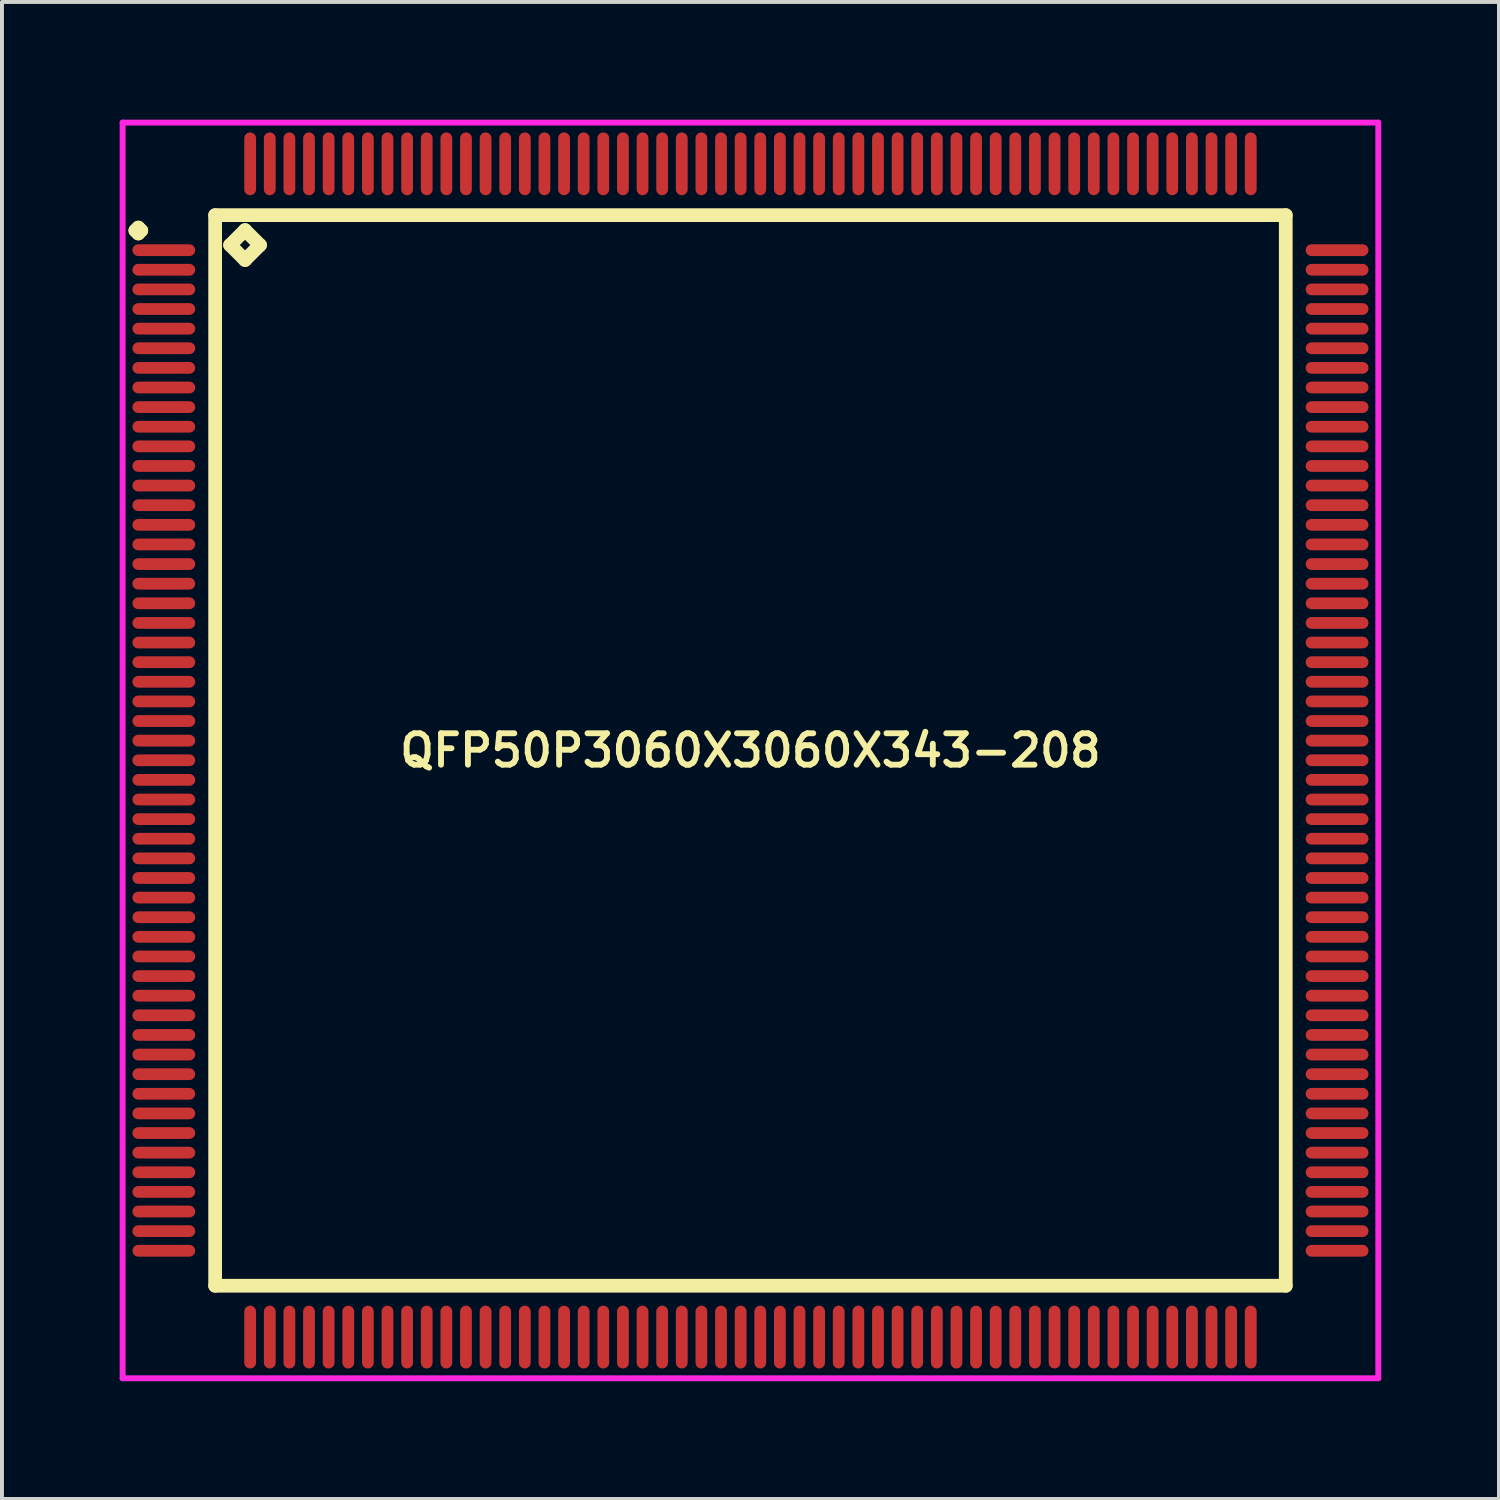
<source format=kicad_pcb>
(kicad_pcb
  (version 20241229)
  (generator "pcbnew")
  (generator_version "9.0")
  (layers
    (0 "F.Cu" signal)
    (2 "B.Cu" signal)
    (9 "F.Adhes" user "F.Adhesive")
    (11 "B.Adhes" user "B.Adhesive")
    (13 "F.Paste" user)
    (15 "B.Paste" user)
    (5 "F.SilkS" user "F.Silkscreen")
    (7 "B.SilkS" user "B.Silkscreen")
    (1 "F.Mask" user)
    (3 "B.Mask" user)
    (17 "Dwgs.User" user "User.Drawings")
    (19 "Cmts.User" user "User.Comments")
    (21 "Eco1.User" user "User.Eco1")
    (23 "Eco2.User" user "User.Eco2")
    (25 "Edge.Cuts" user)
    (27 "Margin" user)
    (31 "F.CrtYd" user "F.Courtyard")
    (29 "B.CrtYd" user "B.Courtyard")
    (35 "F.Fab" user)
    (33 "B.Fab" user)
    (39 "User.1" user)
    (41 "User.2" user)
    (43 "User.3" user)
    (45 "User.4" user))
  (footprint "QFP50P3060X3060X343-208"
    (layer "F.Cu")
    (at 16.075 16.075)
    (property "Reference" "QFP50P3060X3060X343-208" (at 0 0 0) (layer "F.SilkS") (effects (font (size 0.8 0.8) (thickness 0.15))))
    (attr smd)
    (fp_line (start -15.675 -13.25) (end -15.6 -13.325) (stroke (width 0.35) (type solid)) (layer "F.SilkS"))
    (fp_line (start -15.6 -13.325) (end -15.525 -13.25) (stroke (width 0.35) (type solid)) (layer "F.SilkS"))
    (fp_line (start -15.6 -13.175) (end -15.675 -13.25) (stroke (width 0.35) (type solid)) (layer "F.SilkS"))
    (fp_line (start -15.525 -13.25) (end -15.6 -13.175) (stroke (width 0.35) (type solid)) (layer "F.SilkS"))
    (fp_line (start -13.642 -13.642) (end -13.642 13.642) (stroke (width 0.35) (type solid)) (layer "F.SilkS"))
    (fp_line (start -13.642 13.642) (end 13.642 13.642) (stroke (width 0.35) (type solid)) (layer "F.SilkS"))
    (fp_line (start -13.261 -12.88) (end -12.88 -13.261) (stroke (width 0.35) (type solid)) (layer "F.SilkS"))
    (fp_line (start -12.88 -13.261) (end -12.499 -12.88) (stroke (width 0.35) (type solid)) (layer "F.SilkS"))
    (fp_line (start -12.88 -12.499) (end -13.261 -12.88) (stroke (width 0.35) (type solid)) (layer "F.SilkS"))
    (fp_line (start -12.499 -12.88) (end -12.88 -12.499) (stroke (width 0.35) (type solid)) (layer "F.SilkS"))
    (fp_line (start 13.642 -13.642) (end -13.642 -13.642) (stroke (width 0.35) (type solid)) (layer "F.SilkS"))
    (fp_line (start 13.642 13.642) (end 13.642 -13.642) (stroke (width 0.35) (type solid)) (layer "F.SilkS"))
    (fp_line (start -16 -16) (end 16 -16) (stroke (width 0.15) (type solid)) (layer "F.CrtYd"))
    (fp_line (start -16 16) (end -16 -16) (stroke (width 0.15) (type solid)) (layer "F.CrtYd"))
    (fp_line (start 16 -16) (end 16 16) (stroke (width 0.15) (type solid)) (layer "F.CrtYd"))
    (fp_line (start 16 16) (end -16 16) (stroke (width 0.15) (type solid)) (layer "F.CrtYd"))
    (pad "1" smd oval (at -14.95 -12.75) (size 1.6 0.3) (layers "F.Cu" "F.Mask" "F.Paste"))
    (pad "2" smd oval (at -14.95 -12.25) (size 1.6 0.3) (layers "F.Cu" "F.Mask" "F.Paste"))
    (pad "3" smd oval (at -14.95 -11.75) (size 1.6 0.3) (layers "F.Cu" "F.Mask" "F.Paste"))
    (pad "4" smd oval (at -14.95 -11.25) (size 1.6 0.3) (layers "F.Cu" "F.Mask" "F.Paste"))
    (pad "5" smd oval (at -14.95 -10.75) (size 1.6 0.3) (layers "F.Cu" "F.Mask" "F.Paste"))
    (pad "6" smd oval (at -14.95 -10.25) (size 1.6 0.3) (layers "F.Cu" "F.Mask" "F.Paste"))
    (pad "7" smd oval (at -14.95 -9.75) (size 1.6 0.3) (layers "F.Cu" "F.Mask" "F.Paste"))
    (pad "8" smd oval (at -14.95 -9.25) (size 1.6 0.3) (layers "F.Cu" "F.Mask" "F.Paste"))
    (pad "9" smd oval (at -14.95 -8.75) (size 1.6 0.3) (layers "F.Cu" "F.Mask" "F.Paste"))
    (pad "10" smd oval (at -14.95 -8.25) (size 1.6 0.3) (layers "F.Cu" "F.Mask" "F.Paste"))
    (pad "11" smd oval (at -14.95 -7.75) (size 1.6 0.3) (layers "F.Cu" "F.Mask" "F.Paste"))
    (pad "12" smd oval (at -14.95 -7.25) (size 1.6 0.3) (layers "F.Cu" "F.Mask" "F.Paste"))
    (pad "13" smd oval (at -14.95 -6.75) (size 1.6 0.3) (layers "F.Cu" "F.Mask" "F.Paste"))
    (pad "14" smd oval (at -14.95 -6.25) (size 1.6 0.3) (layers "F.Cu" "F.Mask" "F.Paste"))
    (pad "15" smd oval (at -14.95 -5.75) (size 1.6 0.3) (layers "F.Cu" "F.Mask" "F.Paste"))
    (pad "16" smd oval (at -14.95 -5.25) (size 1.6 0.3) (layers "F.Cu" "F.Mask" "F.Paste"))
    (pad "17" smd oval (at -14.95 -4.75) (size 1.6 0.3) (layers "F.Cu" "F.Mask" "F.Paste"))
    (pad "18" smd oval (at -14.95 -4.25) (size 1.6 0.3) (layers "F.Cu" "F.Mask" "F.Paste"))
    (pad "19" smd oval (at -14.95 -3.75) (size 1.6 0.3) (layers "F.Cu" "F.Mask" "F.Paste"))
    (pad "20" smd oval (at -14.95 -3.25) (size 1.6 0.3) (layers "F.Cu" "F.Mask" "F.Paste"))
    (pad "21" smd oval (at -14.95 -2.75) (size 1.6 0.3) (layers "F.Cu" "F.Mask" "F.Paste"))
    (pad "22" smd oval (at -14.95 -2.25) (size 1.6 0.3) (layers "F.Cu" "F.Mask" "F.Paste"))
    (pad "23" smd oval (at -14.95 -1.75) (size 1.6 0.3) (layers "F.Cu" "F.Mask" "F.Paste"))
    (pad "24" smd oval (at -14.95 -1.25) (size 1.6 0.3) (layers "F.Cu" "F.Mask" "F.Paste"))
    (pad "25" smd oval (at -14.95 -0.75) (size 1.6 0.3) (layers "F.Cu" "F.Mask" "F.Paste"))
    (pad "26" smd oval (at -14.95 -0.25) (size 1.6 0.3) (layers "F.Cu" "F.Mask" "F.Paste"))
    (pad "27" smd oval (at -14.95 0.25) (size 1.6 0.3) (layers "F.Cu" "F.Mask" "F.Paste"))
    (pad "28" smd oval (at -14.95 0.75) (size 1.6 0.3) (layers "F.Cu" "F.Mask" "F.Paste"))
    (pad "29" smd oval (at -14.95 1.25) (size 1.6 0.3) (layers "F.Cu" "F.Mask" "F.Paste"))
    (pad "30" smd oval (at -14.95 1.75) (size 1.6 0.3) (layers "F.Cu" "F.Mask" "F.Paste"))
    (pad "31" smd oval (at -14.95 2.25) (size 1.6 0.3) (layers "F.Cu" "F.Mask" "F.Paste"))
    (pad "32" smd oval (at -14.95 2.75) (size 1.6 0.3) (layers "F.Cu" "F.Mask" "F.Paste"))
    (pad "33" smd oval (at -14.95 3.25) (size 1.6 0.3) (layers "F.Cu" "F.Mask" "F.Paste"))
    (pad "34" smd oval (at -14.95 3.75) (size 1.6 0.3) (layers "F.Cu" "F.Mask" "F.Paste"))
    (pad "35" smd oval (at -14.95 4.25) (size 1.6 0.3) (layers "F.Cu" "F.Mask" "F.Paste"))
    (pad "36" smd oval (at -14.95 4.75) (size 1.6 0.3) (layers "F.Cu" "F.Mask" "F.Paste"))
    (pad "37" smd oval (at -14.95 5.25) (size 1.6 0.3) (layers "F.Cu" "F.Mask" "F.Paste"))
    (pad "38" smd oval (at -14.95 5.75) (size 1.6 0.3) (layers "F.Cu" "F.Mask" "F.Paste"))
    (pad "39" smd oval (at -14.95 6.25) (size 1.6 0.3) (layers "F.Cu" "F.Mask" "F.Paste"))
    (pad "40" smd oval (at -14.95 6.75) (size 1.6 0.3) (layers "F.Cu" "F.Mask" "F.Paste"))
    (pad "41" smd oval (at -14.95 7.25) (size 1.6 0.3) (layers "F.Cu" "F.Mask" "F.Paste"))
    (pad "42" smd oval (at -14.95 7.75) (size 1.6 0.3) (layers "F.Cu" "F.Mask" "F.Paste"))
    (pad "43" smd oval (at -14.95 8.25) (size 1.6 0.3) (layers "F.Cu" "F.Mask" "F.Paste"))
    (pad "44" smd oval (at -14.95 8.75) (size 1.6 0.3) (layers "F.Cu" "F.Mask" "F.Paste"))
    (pad "45" smd oval (at -14.95 9.25) (size 1.6 0.3) (layers "F.Cu" "F.Mask" "F.Paste"))
    (pad "46" smd oval (at -14.95 9.75) (size 1.6 0.3) (layers "F.Cu" "F.Mask" "F.Paste"))
    (pad "47" smd oval (at -14.95 10.25) (size 1.6 0.3) (layers "F.Cu" "F.Mask" "F.Paste"))
    (pad "48" smd oval (at -14.95 10.75) (size 1.6 0.3) (layers "F.Cu" "F.Mask" "F.Paste"))
    (pad "49" smd oval (at -14.95 11.25) (size 1.6 0.3) (layers "F.Cu" "F.Mask" "F.Paste"))
    (pad "50" smd oval (at -14.95 11.75) (size 1.6 0.3) (layers "F.Cu" "F.Mask" "F.Paste"))
    (pad "51" smd oval (at -14.95 12.25) (size 1.6 0.3) (layers "F.Cu" "F.Mask" "F.Paste"))
    (pad "52" smd oval (at -14.95 12.75) (size 1.6 0.3) (layers "F.Cu" "F.Mask" "F.Paste"))
    (pad "53" smd oval (at -12.75 14.95) (size 0.3 1.6) (layers "F.Cu" "F.Mask" "F.Paste"))
    (pad "54" smd oval (at -12.25 14.95) (size 0.3 1.6) (layers "F.Cu" "F.Mask" "F.Paste"))
    (pad "55" smd oval (at -11.75 14.95) (size 0.3 1.6) (layers "F.Cu" "F.Mask" "F.Paste"))
    (pad "56" smd oval (at -11.25 14.95) (size 0.3 1.6) (layers "F.Cu" "F.Mask" "F.Paste"))
    (pad "57" smd oval (at -10.75 14.95) (size 0.3 1.6) (layers "F.Cu" "F.Mask" "F.Paste"))
    (pad "58" smd oval (at -10.25 14.95) (size 0.3 1.6) (layers "F.Cu" "F.Mask" "F.Paste"))
    (pad "59" smd oval (at -9.75 14.95) (size 0.3 1.6) (layers "F.Cu" "F.Mask" "F.Paste"))
    (pad "60" smd oval (at -9.25 14.95) (size 0.3 1.6) (layers "F.Cu" "F.Mask" "F.Paste"))
    (pad "61" smd oval (at -8.75 14.95) (size 0.3 1.6) (layers "F.Cu" "F.Mask" "F.Paste"))
    (pad "62" smd oval (at -8.25 14.95) (size 0.3 1.6) (layers "F.Cu" "F.Mask" "F.Paste"))
    (pad "63" smd oval (at -7.75 14.95) (size 0.3 1.6) (layers "F.Cu" "F.Mask" "F.Paste"))
    (pad "64" smd oval (at -7.25 14.95) (size 0.3 1.6) (layers "F.Cu" "F.Mask" "F.Paste"))
    (pad "65" smd oval (at -6.75 14.95) (size 0.3 1.6) (layers "F.Cu" "F.Mask" "F.Paste"))
    (pad "66" smd oval (at -6.25 14.95) (size 0.3 1.6) (layers "F.Cu" "F.Mask" "F.Paste"))
    (pad "67" smd oval (at -5.75 14.95) (size 0.3 1.6) (layers "F.Cu" "F.Mask" "F.Paste"))
    (pad "68" smd oval (at -5.25 14.95) (size 0.3 1.6) (layers "F.Cu" "F.Mask" "F.Paste"))
    (pad "69" smd oval (at -4.75 14.95) (size 0.3 1.6) (layers "F.Cu" "F.Mask" "F.Paste"))
    (pad "70" smd oval (at -4.25 14.95) (size 0.3 1.6) (layers "F.Cu" "F.Mask" "F.Paste"))
    (pad "71" smd oval (at -3.75 14.95) (size 0.3 1.6) (layers "F.Cu" "F.Mask" "F.Paste"))
    (pad "72" smd oval (at -3.25 14.95) (size 0.3 1.6) (layers "F.Cu" "F.Mask" "F.Paste"))
    (pad "73" smd oval (at -2.75 14.95) (size 0.3 1.6) (layers "F.Cu" "F.Mask" "F.Paste"))
    (pad "74" smd oval (at -2.25 14.95) (size 0.3 1.6) (layers "F.Cu" "F.Mask" "F.Paste"))
    (pad "75" smd oval (at -1.75 14.95) (size 0.3 1.6) (layers "F.Cu" "F.Mask" "F.Paste"))
    (pad "76" smd oval (at -1.25 14.95) (size 0.3 1.6) (layers "F.Cu" "F.Mask" "F.Paste"))
    (pad "77" smd oval (at -0.75 14.95) (size 0.3 1.6) (layers "F.Cu" "F.Mask" "F.Paste"))
    (pad "78" smd oval (at -0.25 14.95) (size 0.3 1.6) (layers "F.Cu" "F.Mask" "F.Paste"))
    (pad "79" smd oval (at 0.25 14.95) (size 0.3 1.6) (layers "F.Cu" "F.Mask" "F.Paste"))
    (pad "80" smd oval (at 0.75 14.95) (size 0.3 1.6) (layers "F.Cu" "F.Mask" "F.Paste"))
    (pad "81" smd oval (at 1.25 14.95) (size 0.3 1.6) (layers "F.Cu" "F.Mask" "F.Paste"))
    (pad "82" smd oval (at 1.75 14.95) (size 0.3 1.6) (layers "F.Cu" "F.Mask" "F.Paste"))
    (pad "83" smd oval (at 2.25 14.95) (size 0.3 1.6) (layers "F.Cu" "F.Mask" "F.Paste"))
    (pad "84" smd oval (at 2.75 14.95) (size 0.3 1.6) (layers "F.Cu" "F.Mask" "F.Paste"))
    (pad "85" smd oval (at 3.25 14.95) (size 0.3 1.6) (layers "F.Cu" "F.Mask" "F.Paste"))
    (pad "86" smd oval (at 3.75 14.95) (size 0.3 1.6) (layers "F.Cu" "F.Mask" "F.Paste"))
    (pad "87" smd oval (at 4.25 14.95) (size 0.3 1.6) (layers "F.Cu" "F.Mask" "F.Paste"))
    (pad "88" smd oval (at 4.75 14.95) (size 0.3 1.6) (layers "F.Cu" "F.Mask" "F.Paste"))
    (pad "89" smd oval (at 5.25 14.95) (size 0.3 1.6) (layers "F.Cu" "F.Mask" "F.Paste"))
    (pad "90" smd oval (at 5.75 14.95) (size 0.3 1.6) (layers "F.Cu" "F.Mask" "F.Paste"))
    (pad "91" smd oval (at 6.25 14.95) (size 0.3 1.6) (layers "F.Cu" "F.Mask" "F.Paste"))
    (pad "92" smd oval (at 6.75 14.95) (size 0.3 1.6) (layers "F.Cu" "F.Mask" "F.Paste"))
    (pad "93" smd oval (at 7.25 14.95) (size 0.3 1.6) (layers "F.Cu" "F.Mask" "F.Paste"))
    (pad "94" smd oval (at 7.75 14.95) (size 0.3 1.6) (layers "F.Cu" "F.Mask" "F.Paste"))
    (pad "95" smd oval (at 8.25 14.95) (size 0.3 1.6) (layers "F.Cu" "F.Mask" "F.Paste"))
    (pad "96" smd oval (at 8.75 14.95) (size 0.3 1.6) (layers "F.Cu" "F.Mask" "F.Paste"))
    (pad "97" smd oval (at 9.25 14.95) (size 0.3 1.6) (layers "F.Cu" "F.Mask" "F.Paste"))
    (pad "98" smd oval (at 9.75 14.95) (size 0.3 1.6) (layers "F.Cu" "F.Mask" "F.Paste"))
    (pad "99" smd oval (at 10.25 14.95) (size 0.3 1.6) (layers "F.Cu" "F.Mask" "F.Paste"))
    (pad "100" smd oval (at 10.75 14.95) (size 0.3 1.6) (layers "F.Cu" "F.Mask" "F.Paste"))
    (pad "101" smd oval (at 11.25 14.95) (size 0.3 1.6) (layers "F.Cu" "F.Mask" "F.Paste"))
    (pad "102" smd oval (at 11.75 14.95) (size 0.3 1.6) (layers "F.Cu" "F.Mask" "F.Paste"))
    (pad "103" smd oval (at 12.25 14.95) (size 0.3 1.6) (layers "F.Cu" "F.Mask" "F.Paste"))
    (pad "104" smd oval (at 12.75 14.95) (size 0.3 1.6) (layers "F.Cu" "F.Mask" "F.Paste"))
    (pad "105" smd oval (at 14.95 12.75) (size 1.6 0.3) (layers "F.Cu" "F.Mask" "F.Paste"))
    (pad "106" smd oval (at 14.95 12.25) (size 1.6 0.3) (layers "F.Cu" "F.Mask" "F.Paste"))
    (pad "107" smd oval (at 14.95 11.75) (size 1.6 0.3) (layers "F.Cu" "F.Mask" "F.Paste"))
    (pad "108" smd oval (at 14.95 11.25) (size 1.6 0.3) (layers "F.Cu" "F.Mask" "F.Paste"))
    (pad "109" smd oval (at 14.95 10.75) (size 1.6 0.3) (layers "F.Cu" "F.Mask" "F.Paste"))
    (pad "110" smd oval (at 14.95 10.25) (size 1.6 0.3) (layers "F.Cu" "F.Mask" "F.Paste"))
    (pad "111" smd oval (at 14.95 9.75) (size 1.6 0.3) (layers "F.Cu" "F.Mask" "F.Paste"))
    (pad "112" smd oval (at 14.95 9.25) (size 1.6 0.3) (layers "F.Cu" "F.Mask" "F.Paste"))
    (pad "113" smd oval (at 14.95 8.75) (size 1.6 0.3) (layers "F.Cu" "F.Mask" "F.Paste"))
    (pad "114" smd oval (at 14.95 8.25) (size 1.6 0.3) (layers "F.Cu" "F.Mask" "F.Paste"))
    (pad "115" smd oval (at 14.95 7.75) (size 1.6 0.3) (layers "F.Cu" "F.Mask" "F.Paste"))
    (pad "116" smd oval (at 14.95 7.25) (size 1.6 0.3) (layers "F.Cu" "F.Mask" "F.Paste"))
    (pad "117" smd oval (at 14.95 6.75) (size 1.6 0.3) (layers "F.Cu" "F.Mask" "F.Paste"))
    (pad "118" smd oval (at 14.95 6.25) (size 1.6 0.3) (layers "F.Cu" "F.Mask" "F.Paste"))
    (pad "119" smd oval (at 14.95 5.75) (size 1.6 0.3) (layers "F.Cu" "F.Mask" "F.Paste"))
    (pad "120" smd oval (at 14.95 5.25) (size 1.6 0.3) (layers "F.Cu" "F.Mask" "F.Paste"))
    (pad "121" smd oval (at 14.95 4.75) (size 1.6 0.3) (layers "F.Cu" "F.Mask" "F.Paste"))
    (pad "122" smd oval (at 14.95 4.25) (size 1.6 0.3) (layers "F.Cu" "F.Mask" "F.Paste"))
    (pad "123" smd oval (at 14.95 3.75) (size 1.6 0.3) (layers "F.Cu" "F.Mask" "F.Paste"))
    (pad "124" smd oval (at 14.95 3.25) (size 1.6 0.3) (layers "F.Cu" "F.Mask" "F.Paste"))
    (pad "125" smd oval (at 14.95 2.75) (size 1.6 0.3) (layers "F.Cu" "F.Mask" "F.Paste"))
    (pad "126" smd oval (at 14.95 2.25) (size 1.6 0.3) (layers "F.Cu" "F.Mask" "F.Paste"))
    (pad "127" smd oval (at 14.95 1.75) (size 1.6 0.3) (layers "F.Cu" "F.Mask" "F.Paste"))
    (pad "128" smd oval (at 14.95 1.25) (size 1.6 0.3) (layers "F.Cu" "F.Mask" "F.Paste"))
    (pad "129" smd oval (at 14.95 0.75) (size 1.6 0.3) (layers "F.Cu" "F.Mask" "F.Paste"))
    (pad "130" smd oval (at 14.95 0.25) (size 1.6 0.3) (layers "F.Cu" "F.Mask" "F.Paste"))
    (pad "131" smd oval (at 14.95 -0.25) (size 1.6 0.3) (layers "F.Cu" "F.Mask" "F.Paste"))
    (pad "132" smd oval (at 14.95 -0.75) (size 1.6 0.3) (layers "F.Cu" "F.Mask" "F.Paste"))
    (pad "133" smd oval (at 14.95 -1.25) (size 1.6 0.3) (layers "F.Cu" "F.Mask" "F.Paste"))
    (pad "134" smd oval (at 14.95 -1.75) (size 1.6 0.3) (layers "F.Cu" "F.Mask" "F.Paste"))
    (pad "135" smd oval (at 14.95 -2.25) (size 1.6 0.3) (layers "F.Cu" "F.Mask" "F.Paste"))
    (pad "136" smd oval (at 14.95 -2.75) (size 1.6 0.3) (layers "F.Cu" "F.Mask" "F.Paste"))
    (pad "137" smd oval (at 14.95 -3.25) (size 1.6 0.3) (layers "F.Cu" "F.Mask" "F.Paste"))
    (pad "138" smd oval (at 14.95 -3.75) (size 1.6 0.3) (layers "F.Cu" "F.Mask" "F.Paste"))
    (pad "139" smd oval (at 14.95 -4.25) (size 1.6 0.3) (layers "F.Cu" "F.Mask" "F.Paste"))
    (pad "140" smd oval (at 14.95 -4.75) (size 1.6 0.3) (layers "F.Cu" "F.Mask" "F.Paste"))
    (pad "141" smd oval (at 14.95 -5.25) (size 1.6 0.3) (layers "F.Cu" "F.Mask" "F.Paste"))
    (pad "142" smd oval (at 14.95 -5.75) (size 1.6 0.3) (layers "F.Cu" "F.Mask" "F.Paste"))
    (pad "143" smd oval (at 14.95 -6.25) (size 1.6 0.3) (layers "F.Cu" "F.Mask" "F.Paste"))
    (pad "144" smd oval (at 14.95 -6.75) (size 1.6 0.3) (layers "F.Cu" "F.Mask" "F.Paste"))
    (pad "145" smd oval (at 14.95 -7.25) (size 1.6 0.3) (layers "F.Cu" "F.Mask" "F.Paste"))
    (pad "146" smd oval (at 14.95 -7.75) (size 1.6 0.3) (layers "F.Cu" "F.Mask" "F.Paste"))
    (pad "147" smd oval (at 14.95 -8.25) (size 1.6 0.3) (layers "F.Cu" "F.Mask" "F.Paste"))
    (pad "148" smd oval (at 14.95 -8.75) (size 1.6 0.3) (layers "F.Cu" "F.Mask" "F.Paste"))
    (pad "149" smd oval (at 14.95 -9.25) (size 1.6 0.3) (layers "F.Cu" "F.Mask" "F.Paste"))
    (pad "150" smd oval (at 14.95 -9.75) (size 1.6 0.3) (layers "F.Cu" "F.Mask" "F.Paste"))
    (pad "151" smd oval (at 14.95 -10.25) (size 1.6 0.3) (layers "F.Cu" "F.Mask" "F.Paste"))
    (pad "152" smd oval (at 14.95 -10.75) (size 1.6 0.3) (layers "F.Cu" "F.Mask" "F.Paste"))
    (pad "153" smd oval (at 14.95 -11.25) (size 1.6 0.3) (layers "F.Cu" "F.Mask" "F.Paste"))
    (pad "154" smd oval (at 14.95 -11.75) (size 1.6 0.3) (layers "F.Cu" "F.Mask" "F.Paste"))
    (pad "155" smd oval (at 14.95 -12.25) (size 1.6 0.3) (layers "F.Cu" "F.Mask" "F.Paste"))
    (pad "156" smd oval (at 14.95 -12.75) (size 1.6 0.3) (layers "F.Cu" "F.Mask" "F.Paste"))
    (pad "157" smd oval (at 12.75 -14.95) (size 0.3 1.6) (layers "F.Cu" "F.Mask" "F.Paste"))
    (pad "158" smd oval (at 12.25 -14.95) (size 0.3 1.6) (layers "F.Cu" "F.Mask" "F.Paste"))
    (pad "159" smd oval (at 11.75 -14.95) (size 0.3 1.6) (layers "F.Cu" "F.Mask" "F.Paste"))
    (pad "160" smd oval (at 11.25 -14.95) (size 0.3 1.6) (layers "F.Cu" "F.Mask" "F.Paste"))
    (pad "161" smd oval (at 10.75 -14.95) (size 0.3 1.6) (layers "F.Cu" "F.Mask" "F.Paste"))
    (pad "162" smd oval (at 10.25 -14.95) (size 0.3 1.6) (layers "F.Cu" "F.Mask" "F.Paste"))
    (pad "163" smd oval (at 9.75 -14.95) (size 0.3 1.6) (layers "F.Cu" "F.Mask" "F.Paste"))
    (pad "164" smd oval (at 9.25 -14.95) (size 0.3 1.6) (layers "F.Cu" "F.Mask" "F.Paste"))
    (pad "165" smd oval (at 8.75 -14.95) (size 0.3 1.6) (layers "F.Cu" "F.Mask" "F.Paste"))
    (pad "166" smd oval (at 8.25 -14.95) (size 0.3 1.6) (layers "F.Cu" "F.Mask" "F.Paste"))
    (pad "167" smd oval (at 7.75 -14.95) (size 0.3 1.6) (layers "F.Cu" "F.Mask" "F.Paste"))
    (pad "168" smd oval (at 7.25 -14.95) (size 0.3 1.6) (layers "F.Cu" "F.Mask" "F.Paste"))
    (pad "169" smd oval (at 6.75 -14.95) (size 0.3 1.6) (layers "F.Cu" "F.Mask" "F.Paste"))
    (pad "170" smd oval (at 6.25 -14.95) (size 0.3 1.6) (layers "F.Cu" "F.Mask" "F.Paste"))
    (pad "171" smd oval (at 5.75 -14.95) (size 0.3 1.6) (layers "F.Cu" "F.Mask" "F.Paste"))
    (pad "172" smd oval (at 5.25 -14.95) (size 0.3 1.6) (layers "F.Cu" "F.Mask" "F.Paste"))
    (pad "173" smd oval (at 4.75 -14.95) (size 0.3 1.6) (layers "F.Cu" "F.Mask" "F.Paste"))
    (pad "174" smd oval (at 4.25 -14.95) (size 0.3 1.6) (layers "F.Cu" "F.Mask" "F.Paste"))
    (pad "175" smd oval (at 3.75 -14.95) (size 0.3 1.6) (layers "F.Cu" "F.Mask" "F.Paste"))
    (pad "176" smd oval (at 3.25 -14.95) (size 0.3 1.6) (layers "F.Cu" "F.Mask" "F.Paste"))
    (pad "177" smd oval (at 2.75 -14.95) (size 0.3 1.6) (layers "F.Cu" "F.Mask" "F.Paste"))
    (pad "178" smd oval (at 2.25 -14.95) (size 0.3 1.6) (layers "F.Cu" "F.Mask" "F.Paste"))
    (pad "179" smd oval (at 1.75 -14.95) (size 0.3 1.6) (layers "F.Cu" "F.Mask" "F.Paste"))
    (pad "180" smd oval (at 1.25 -14.95) (size 0.3 1.6) (layers "F.Cu" "F.Mask" "F.Paste"))
    (pad "181" smd oval (at 0.75 -14.95) (size 0.3 1.6) (layers "F.Cu" "F.Mask" "F.Paste"))
    (pad "182" smd oval (at 0.25 -14.95) (size 0.3 1.6) (layers "F.Cu" "F.Mask" "F.Paste"))
    (pad "183" smd oval (at -0.25 -14.95) (size 0.3 1.6) (layers "F.Cu" "F.Mask" "F.Paste"))
    (pad "184" smd oval (at -0.75 -14.95) (size 0.3 1.6) (layers "F.Cu" "F.Mask" "F.Paste"))
    (pad "185" smd oval (at -1.25 -14.95) (size 0.3 1.6) (layers "F.Cu" "F.Mask" "F.Paste"))
    (pad "186" smd oval (at -1.75 -14.95) (size 0.3 1.6) (layers "F.Cu" "F.Mask" "F.Paste"))
    (pad "187" smd oval (at -2.25 -14.95) (size 0.3 1.6) (layers "F.Cu" "F.Mask" "F.Paste"))
    (pad "188" smd oval (at -2.75 -14.95) (size 0.3 1.6) (layers "F.Cu" "F.Mask" "F.Paste"))
    (pad "189" smd oval (at -3.25 -14.95) (size 0.3 1.6) (layers "F.Cu" "F.Mask" "F.Paste"))
    (pad "190" smd oval (at -3.75 -14.95) (size 0.3 1.6) (layers "F.Cu" "F.Mask" "F.Paste"))
    (pad "191" smd oval (at -4.25 -14.95) (size 0.3 1.6) (layers "F.Cu" "F.Mask" "F.Paste"))
    (pad "192" smd oval (at -4.75 -14.95) (size 0.3 1.6) (layers "F.Cu" "F.Mask" "F.Paste"))
    (pad "193" smd oval (at -5.25 -14.95) (size 0.3 1.6) (layers "F.Cu" "F.Mask" "F.Paste"))
    (pad "194" smd oval (at -5.75 -14.95) (size 0.3 1.6) (layers "F.Cu" "F.Mask" "F.Paste"))
    (pad "195" smd oval (at -6.25 -14.95) (size 0.3 1.6) (layers "F.Cu" "F.Mask" "F.Paste"))
    (pad "196" smd oval (at -6.75 -14.95) (size 0.3 1.6) (layers "F.Cu" "F.Mask" "F.Paste"))
    (pad "197" smd oval (at -7.25 -14.95) (size 0.3 1.6) (layers "F.Cu" "F.Mask" "F.Paste"))
    (pad "198" smd oval (at -7.75 -14.95) (size 0.3 1.6) (layers "F.Cu" "F.Mask" "F.Paste"))
    (pad "199" smd oval (at -8.25 -14.95) (size 0.3 1.6) (layers "F.Cu" "F.Mask" "F.Paste"))
    (pad "200" smd oval (at -8.75 -14.95) (size 0.3 1.6) (layers "F.Cu" "F.Mask" "F.Paste"))
    (pad "201" smd oval (at -9.25 -14.95) (size 0.3 1.6) (layers "F.Cu" "F.Mask" "F.Paste"))
    (pad "202" smd oval (at -9.75 -14.95) (size 0.3 1.6) (layers "F.Cu" "F.Mask" "F.Paste"))
    (pad "203" smd oval (at -10.25 -14.95) (size 0.3 1.6) (layers "F.Cu" "F.Mask" "F.Paste"))
    (pad "204" smd oval (at -10.75 -14.95) (size 0.3 1.6) (layers "F.Cu" "F.Mask" "F.Paste"))
    (pad "205" smd oval (at -11.25 -14.95) (size 0.3 1.6) (layers "F.Cu" "F.Mask" "F.Paste"))
    (pad "206" smd oval (at -11.75 -14.95) (size 0.3 1.6) (layers "F.Cu" "F.Mask" "F.Paste"))
    (pad "207" smd oval (at -12.25 -14.95) (size 0.3 1.6) (layers "F.Cu" "F.Mask" "F.Paste"))
    (pad "208" smd oval (at -12.75 -14.95) (size 0.3 1.6) (layers "F.Cu" "F.Mask" "F.Paste")))
  (gr_rect
    (start -3 -3)
    (end 35.15 35.15)
    (stroke (width 0.1) (type default))
    (fill no)
    (layer "Edge.Cuts")))
</source>
